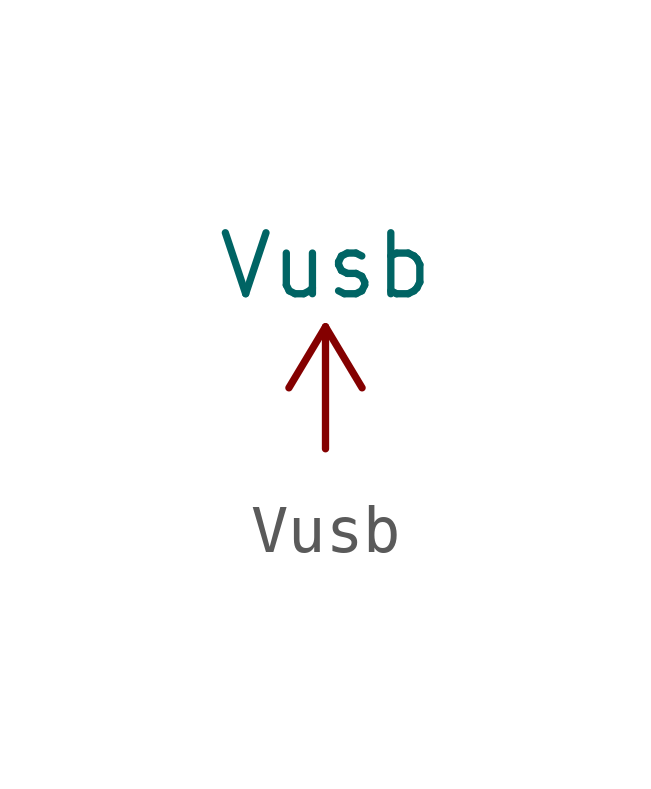
<source format=kicad_sym>
(kicad_symbol_lib
  (version 20211014)
  (generator kicad_symbol_editor)
  (symbol "Vusb"
    (power)
    (pin_names
      (offset 0))
    (property "Reference" "#PWR"
      (at 0 -3.81 0)
      (effects (font (size 1.27 1.27)) hide))
    (property "Value" "Vusb"
      (at 0 3.81 0)
      (effects (font (size 1.27 1.27))))
    (symbol "Vusb_0_1"
      (polyline (pts (xy -0.762 1.27) (xy 0 2.54)) (stroke (width 0) (type default) (color 0 0 0 0)) (fill (type none)))
      (polyline (pts (xy 0 0) (xy 0 2.54)) (stroke (width 0) (type default) (color 0 0 0 0)) (fill (type none)))
      (polyline (pts (xy 0 2.54) (xy 0.762 1.27)) (stroke (width 0) (type default) (color 0 0 0 0)) (fill (type none))))
    (symbol "Vusb_1_1"
      (pin power_in line (at 0 0 90) (length 0) hide (name "Vusb" (effects (font (size 1.27 1.27)))) (number "1" (effects (font (size 1.27 1.27))))))))
</source>
